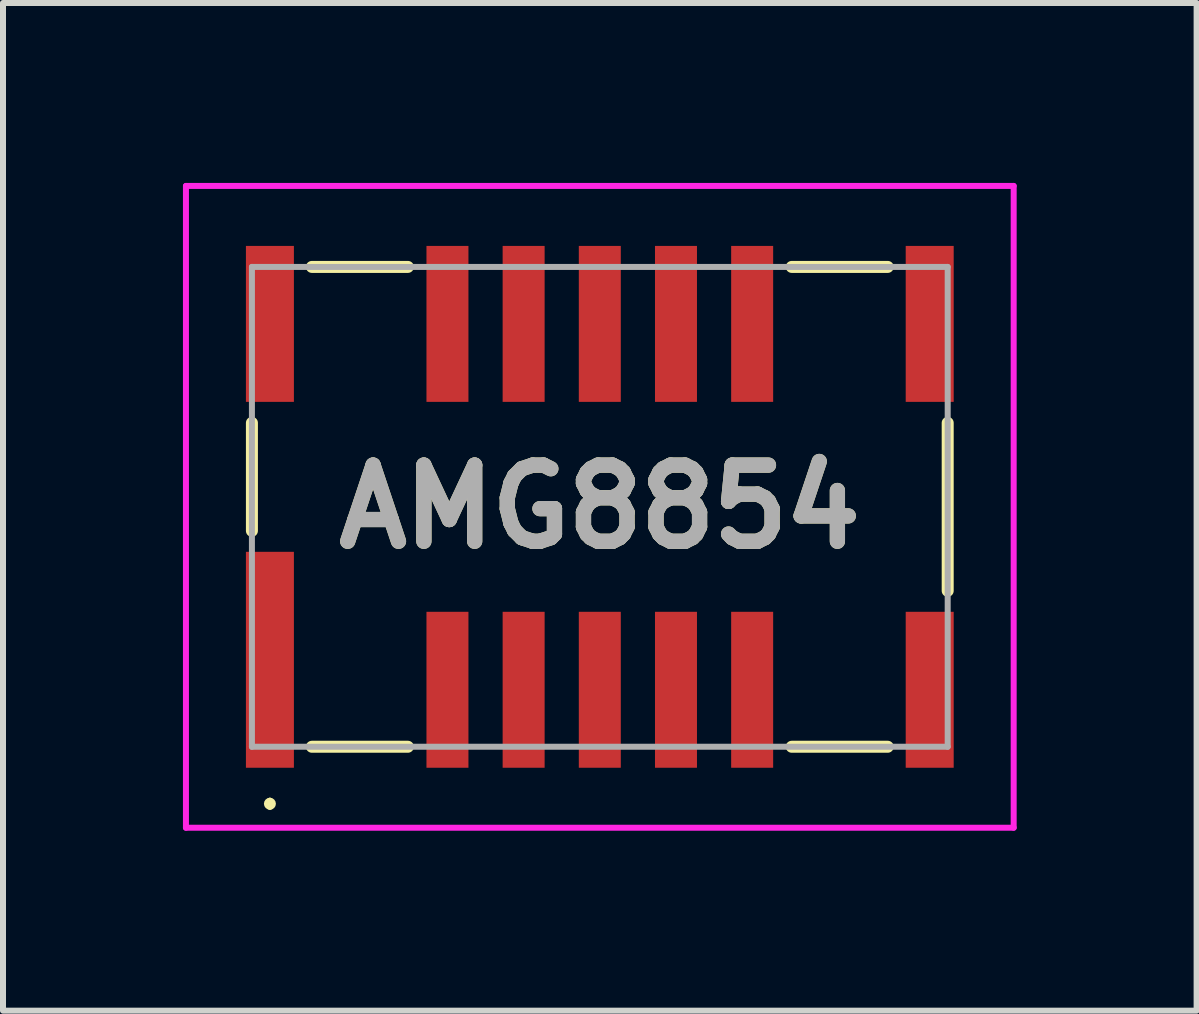
<source format=kicad_pcb>
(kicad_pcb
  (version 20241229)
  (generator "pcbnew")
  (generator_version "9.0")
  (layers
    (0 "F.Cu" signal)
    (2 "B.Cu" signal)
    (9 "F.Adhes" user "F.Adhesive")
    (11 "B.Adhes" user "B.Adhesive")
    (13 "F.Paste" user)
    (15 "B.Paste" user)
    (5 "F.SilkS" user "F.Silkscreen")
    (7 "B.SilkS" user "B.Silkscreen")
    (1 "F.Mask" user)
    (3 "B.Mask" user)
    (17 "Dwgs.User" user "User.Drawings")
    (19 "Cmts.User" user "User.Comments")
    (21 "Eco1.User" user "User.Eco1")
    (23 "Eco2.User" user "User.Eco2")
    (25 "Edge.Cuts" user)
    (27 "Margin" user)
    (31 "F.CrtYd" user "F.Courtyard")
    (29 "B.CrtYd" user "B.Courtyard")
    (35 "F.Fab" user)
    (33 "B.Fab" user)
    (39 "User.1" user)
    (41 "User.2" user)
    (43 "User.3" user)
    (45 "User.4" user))
  (footprint "AMG8854"
    (layer "F.Cu")
    (at 6.95 5.4)
    (property "Reference" "AMG8854" (at 0 0 0) (layer "F.SilkS") (effects (font (size 1.27 1.27) (thickness 0.254))))
    (attr smd)
    (fp_line (start -5.8 -1.4) (end -5.8 0.4) (stroke (width 0.2) (type solid)) (layer "F.SilkS"))
    (fp_line (start -5.5 4.9) (end -5.5 4.9) (stroke (width 0.1) (type solid)) (layer "F.SilkS"))
    (fp_line (start -5.5 5) (end -5.5 5) (stroke (width 0.1) (type solid)) (layer "F.SilkS"))
    (fp_line (start -4.8 4) (end -3.2 4) (stroke (width 0.2) (type solid)) (layer "F.SilkS"))
    (fp_line (start -3.2 -4) (end -4.8 -4) (stroke (width 0.2) (type solid)) (layer "F.SilkS"))
    (fp_line (start 3.2 4) (end 4.8 4) (stroke (width 0.2) (type solid)) (layer "F.SilkS"))
    (fp_line (start 4.8 -4) (end 3.2 -4) (stroke (width 0.2) (type solid)) (layer "F.SilkS"))
    (fp_line (start 5.8 1.4) (end 5.8 -1.4) (stroke (width 0.2) (type solid)) (layer "F.SilkS"))
    (fp_arc (start -5.5 4.9) (mid -5.45 4.95) (end -5.5 5) (stroke (width 0.1) (type solid)) (layer "F.SilkS"))
    (fp_arc (start -5.5 5) (mid -5.55 4.95) (end -5.5 4.9) (stroke (width 0.1) (type solid)) (layer "F.SilkS"))
    (fp_line (start -6.9 -5.35) (end 6.9 -5.35) (stroke (width 0.1) (type solid)) (layer "F.CrtYd"))
    (fp_line (start -6.9 5.35) (end -6.9 -5.35) (stroke (width 0.1) (type solid)) (layer "F.CrtYd"))
    (fp_line (start 6.9 -5.35) (end 6.9 5.35) (stroke (width 0.1) (type solid)) (layer "F.CrtYd"))
    (fp_line (start 6.9 5.35) (end -6.9 5.35) (stroke (width 0.1) (type solid)) (layer "F.CrtYd"))
    (fp_line (start -5.8 -4) (end -5.8 4) (stroke (width 0.1) (type solid)) (layer "F.Fab"))
    (fp_line (start -5.8 4) (end 5.8 4) (stroke (width 0.1) (type solid)) (layer "F.Fab"))
    (fp_line (start 5.8 -4) (end -5.8 -4) (stroke (width 0.1) (type solid)) (layer "F.Fab"))
    (fp_line (start 5.8 4) (end 5.8 -4) (stroke (width 0.1) (type solid)) (layer "F.Fab"))
    (fp_text user "${REFERENCE}" (at 0 0 0) (layer "F.Fab") (effects (font (size 1.27 1.27) (thickness 0.254))))
    (pad "1" smd rect (at -5.5 2.55) (size 0.8 3.6) (layers "F.Cu" "F.Mask" "F.Paste"))
    (pad "2" smd rect (at -2.54 3.05) (size 0.7 2.6) (layers "F.Cu" "F.Mask" "F.Paste"))
    (pad "3" smd rect (at -1.27 3.05) (size 0.7 2.6) (layers "F.Cu" "F.Mask" "F.Paste"))
    (pad "4" smd rect (at 0 3.05) (size 0.7 2.6) (layers "F.Cu" "F.Mask" "F.Paste"))
    (pad "5" smd rect (at 1.27 3.05) (size 0.7 2.6) (layers "F.Cu" "F.Mask" "F.Paste"))
    (pad "6" smd rect (at 2.54 3.05) (size 0.7 2.6) (layers "F.Cu" "F.Mask" "F.Paste"))
    (pad "7" smd rect (at 5.5 3.05) (size 0.8 2.6) (layers "F.Cu" "F.Mask" "F.Paste"))
    (pad "8" smd rect (at 5.5 -3.05) (size 0.8 2.6) (layers "F.Cu" "F.Mask" "F.Paste"))
    (pad "9" smd rect (at 2.54 -3.05) (size 0.7 2.6) (layers "F.Cu" "F.Mask" "F.Paste"))
    (pad "10" smd rect (at 1.27 -3.05) (size 0.7 2.6) (layers "F.Cu" "F.Mask" "F.Paste"))
    (pad "11" smd rect (at 0 -3.05) (size 0.7 2.6) (layers "F.Cu" "F.Mask" "F.Paste"))
    (pad "12" smd rect (at -1.27 -3.05) (size 0.7 2.6) (layers "F.Cu" "F.Mask" "F.Paste"))
    (pad "13" smd rect (at -2.54 -3.05) (size 0.7 2.6) (layers "F.Cu" "F.Mask" "F.Paste"))
    (pad "14" smd rect (at -5.5 -3.05) (size 0.8 2.6) (layers "F.Cu" "F.Mask" "F.Paste")))
  (gr_rect
    (start -3 -3)
    (end 16.9 13.8)
    (stroke (width 0.1) (type default))
    (fill no)
    (layer "Edge.Cuts")))
</source>
